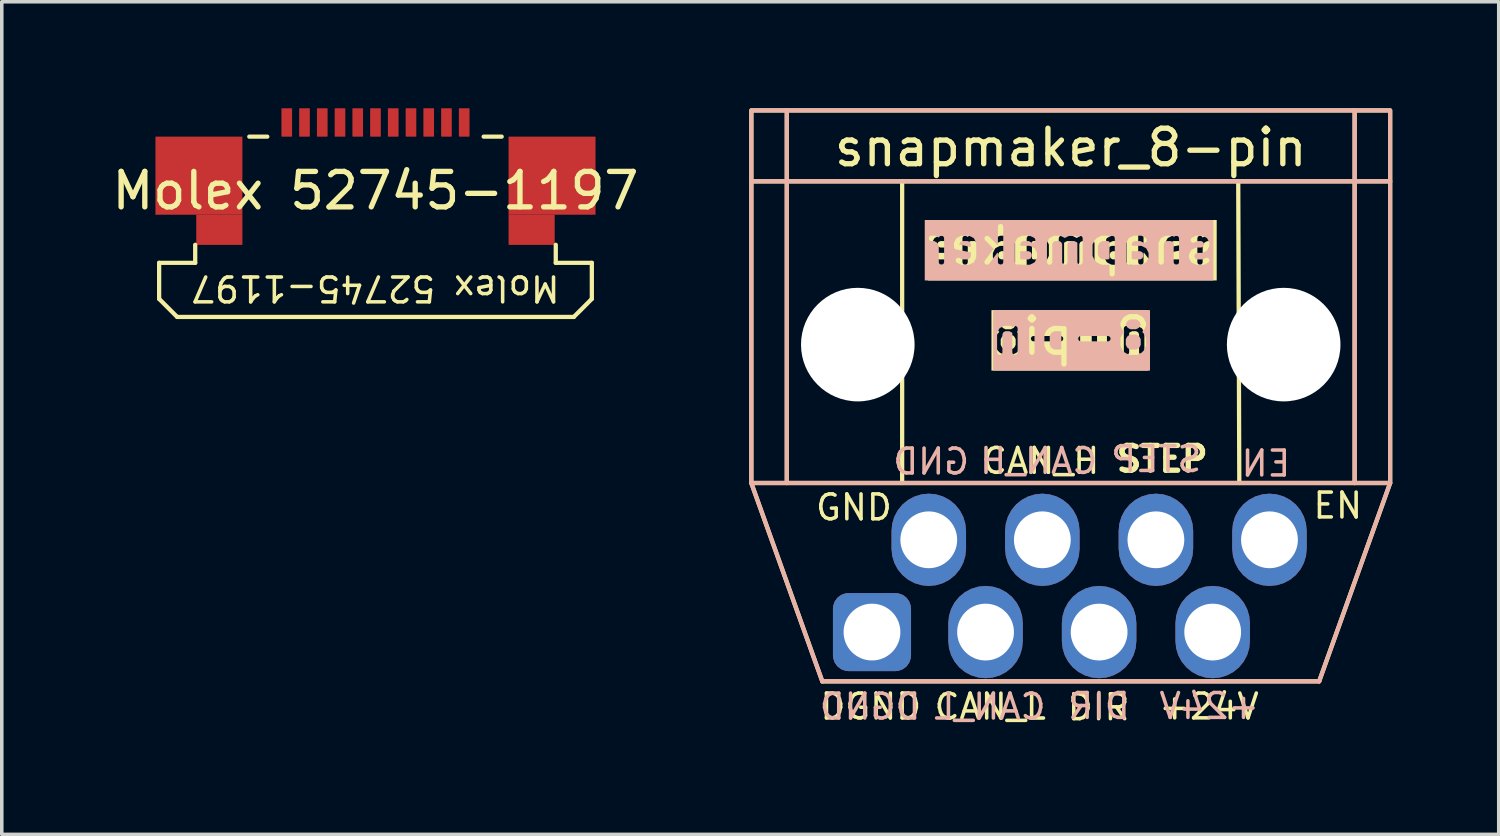
<source format=kicad_pcb>
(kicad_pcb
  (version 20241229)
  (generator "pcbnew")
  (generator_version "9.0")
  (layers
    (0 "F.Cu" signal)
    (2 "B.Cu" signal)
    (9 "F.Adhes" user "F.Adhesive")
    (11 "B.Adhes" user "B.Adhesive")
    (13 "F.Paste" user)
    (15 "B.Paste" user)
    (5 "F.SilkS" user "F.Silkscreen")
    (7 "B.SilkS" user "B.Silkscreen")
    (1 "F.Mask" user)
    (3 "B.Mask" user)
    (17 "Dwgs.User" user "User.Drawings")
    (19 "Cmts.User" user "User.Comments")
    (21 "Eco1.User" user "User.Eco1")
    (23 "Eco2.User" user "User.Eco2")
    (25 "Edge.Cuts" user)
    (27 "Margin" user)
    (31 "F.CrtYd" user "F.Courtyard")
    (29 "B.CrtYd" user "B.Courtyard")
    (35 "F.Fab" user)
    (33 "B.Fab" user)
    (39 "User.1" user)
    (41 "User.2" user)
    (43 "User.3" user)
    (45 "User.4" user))
  (footprint "snapmaker_8-pin"
    (layer "F.Cu")
    (at 27.12 10.56)
    (property "Reference" "snapmaker_8-pin" (at 0 -9.452 0) (unlocked yes) (layer "F.SilkS") (effects (font (size 1 1) (thickness 0.15))))
    (attr smd)
    (fp_line (start -9 -8.5) (end 9 -8.5) (stroke (width 0.12) (type default)) (layer "F.SilkS"))
    (fp_line (start -9 0) (end -7 5.588) (stroke (width 0.12) (type default)) (layer "F.SilkS"))
    (fp_line (start -8 -10.5) (end -8 0) (stroke (width 0.12) (type default)) (layer "F.SilkS"))
    (fp_line (start -7 5.588) (end 7 5.588) (stroke (width 0.12) (type default)) (layer "F.SilkS"))
    (fp_line (start -4.75 -8.5) (end -4.75 0) (stroke (width 0.12) (type default)) (layer "F.SilkS"))
    (fp_line (start 4.72 -8.5) (end 4.75 0) (stroke (width 0.12) (type default)) (layer "F.SilkS"))
    (fp_line (start 7 5.588) (end 9 0) (stroke (width 0.12) (type default)) (layer "F.SilkS"))
    (fp_line (start 8 -10.5) (end 8 0) (stroke (width 0.12) (type default)) (layer "F.SilkS"))
    (fp_rect (start -9 -10.5) (end 9 0) (stroke (width 0.12) (type default)) (fill no) (layer "F.SilkS"))
    (fp_line (start -8 -10.5) (end -8 0) (stroke (width 0.12) (type default)) (layer "B.SilkS"))
    (fp_line (start -7 5.588) (end -9 0) (stroke (width 0.12) (type default)) (layer "B.SilkS"))
    (fp_line (start 7 5.588) (end -7 5.588) (stroke (width 0.12) (type default)) (layer "B.SilkS"))
    (fp_line (start 8 -10.5) (end 8 0) (stroke (width 0.12) (type default)) (layer "B.SilkS"))
    (fp_line (start 9 -8.5) (end -9 -8.5) (stroke (width 0.12) (type default)) (layer "B.SilkS"))
    (fp_line (start 9 0) (end 7 5.588) (stroke (width 0.12) (type default)) (layer "B.SilkS"))
    (fp_rect (start 9 -10.5) (end -9 0) (stroke (width 0.12) (type default)) (fill no) (layer "B.SilkS"))
    (fp_text user "STEP" (at 1.213 -0.267 0) (unlocked yes) (layer "F.SilkS") (effects (font (size 0.7 0.7) (thickness 0.15)) (justify left bottom)))
    (fp_text user "GND" (at -6.109 1.098 0) (unlocked yes) (layer "F.SilkS") (effects (font (size 0.7 0.7) (thickness 0.1)) (justify bottom)))
    (fp_text user "DIR" (at 0.786 6.73 0) (unlocked yes) (layer "F.SilkS") (effects (font (size 0.7 0.7) (thickness 0.1)) (justify bottom)))
    (fp_text user "EN" (at 6.776 1.046 0) (unlocked yes) (layer "F.SilkS") (effects (font (size 0.7 0.7) (thickness 0.1)) (justify left bottom)))
    (fp_text user "DGND" (at -5.633 6.709 0) (unlocked yes) (layer "F.SilkS") (effects (font (size 0.7 0.7) (thickness 0.1)) (justify bottom)))
    (fp_text user "snapmaker" (at 0 -6.096 0) (unlocked yes) (layer "F.SilkS" knockout) (effects (font (size 1 1) (thickness 0.15)) (justify bottom)))
    (fp_text user "CAN_L" (at -2.268 6.712 0) (unlocked yes) (layer "F.SilkS") (effects (font (size 0.7 0.7) (thickness 0.1)) (justify bottom)))
    (fp_text user "CAN_H" (at -2.562 -0.212 0) (unlocked yes) (layer "F.SilkS") (effects (font (size 0.7 0.7) (thickness 0.1)) (justify left bottom)))
    (fp_text user "8-pin" (at 0 -3.556 0) (unlocked yes) (layer "F.SilkS" knockout) (effects (font (size 1 1) (thickness 0.15)) (justify bottom)))
    (fp_text user "+24V" (at 3.896 6.708 0) (unlocked yes) (layer "F.SilkS") (effects (font (size 0.7 0.7) (thickness 0.1)) (justify bottom)))
    (fp_text user "EN" (at 6.248 -0.138 0) (unlocked yes) (layer "B.SilkS") (effects (font (size 0.7 0.7) (thickness 0.1)) (justify left bottom mirror)))
    (fp_text user "CAN_H" (at -0.904 -0.21 0) (unlocked yes) (layer "B.SilkS") (effects (font (size 0.7 0.7) (thickness 0.1)) (justify bottom mirror)))
    (fp_text user "+24V" (at 3.902 6.694 0) (unlocked yes) (layer "B.SilkS") (effects (font (size 0.7 0.7) (thickness 0.1)) (justify bottom mirror)))
    (fp_text user "snapmaker" (at 0 -6.096 0) (unlocked yes) (layer "B.SilkS" knockout) (effects (font (size 1 1) (thickness 0.15)) (justify bottom mirror)))
    (fp_text user "STEP" (at 2.408 -0.263 0) (unlocked yes) (layer "B.SilkS") (effects (font (size 0.7 0.7) (thickness 0.1)) (justify bottom mirror)))
    (fp_text user "DIR" (at 0.795 6.694 0) (unlocked yes) (layer "B.SilkS") (effects (font (size 0.7 0.7) (thickness 0.1)) (justify bottom mirror)))
    (fp_text user "DGND" (at -5.653 6.711 0) (unlocked yes) (layer "B.SilkS") (effects (font (size 0.7 0.7) (thickness 0.1)) (justify bottom mirror)))
    (fp_text user "CAN_L" (at -2.279 6.711 0) (unlocked yes) (layer "B.SilkS") (effects (font (size 0.7 0.7) (thickness 0.1)) (justify bottom mirror)))
    (fp_text user "8-pin" (at 0 -3.556 0) (unlocked yes) (layer "B.SilkS" knockout) (effects (font (size 1 1) (thickness 0.15)) (justify bottom mirror)))
    (fp_text user "GND" (at -3.933 -0.194 0) (unlocked yes) (layer "B.SilkS") (effects (font (size 0.7 0.7) (thickness 0.1)) (justify bottom mirror)))
    (pad "" np_thru_hole circle (at -6 -3.9) (size 3.2 3.2) (drill 3.2) (layers "*.Cu" "*.Mask"))
    (pad "" np_thru_hole circle (at 6 -3.9) (size 3.2 3.2) (drill 3.2) (layers "*.Cu" "*.Mask"))
    (pad "1" thru_hole roundrect (at -5.6 4.2 270) (size 2.2 2.2) (drill 1.6) (layers "*.Cu" "*.Mask") (roundrect_rratio 0.2))
    (pad "2" thru_hole roundrect (at -4 1.6) (size 2.1 2.6) (drill 1.6) (layers "*.Cu" "*.Mask") (roundrect_rratio 0.5))
    (pad "3" thru_hole roundrect (at -2.4 4.2 180) (size 2.1 2.6) (drill 1.6) (layers "*.Cu" "*.Mask") (roundrect_rratio 0.5))
    (pad "4" thru_hole roundrect (at -0.8 1.6 180) (size 2.1 2.6) (drill 1.6) (layers "*.Cu" "*.Mask") (roundrect_rratio 0.5))
    (pad "5" thru_hole roundrect (at 0.8 4.2 180) (size 2.1 2.6) (drill 1.6) (layers "*.Cu" "*.Mask") (roundrect_rratio 0.5))
    (pad "6" thru_hole roundrect (at 2.4 1.6 180) (size 2.1 2.6) (drill 1.6) (layers "*.Cu" "*.Mask") (roundrect_rratio 0.5))
    (pad "7" thru_hole roundrect (at 4 4.2 180) (size 2.1 2.6) (drill 1.6) (layers "*.Cu" "*.Mask") (roundrect_rratio 0.5))
    (pad "8" thru_hole roundrect (at 5.6 1.6 180) (size 2.1 2.6) (drill 1.6) (layers "*.Cu" "*.Mask") (roundrect_rratio 0.5)))
  (footprint "Molex 52745-1197"
    (layer "F.Cu")
    (at 7.53 0.8)
    (property "Reference" "Molex 52745-1197" (at 0 1.524 0) (unlocked yes) (layer "F.SilkS") (effects (font (size 1 1) (thickness 0.15))))
    (attr smd)
    (fp_line (start -6.096 3.556) (end -5.08 3.556) (stroke (width 0.12) (type default)) (layer "F.SilkS"))
    (fp_line (start -6.096 4.572) (end -6.096 3.556) (stroke (width 0.12) (type default)) (layer "F.SilkS"))
    (fp_line (start -5.588 5.08) (end -6.096 4.572) (stroke (width 0.12) (type default)) (layer "F.SilkS"))
    (fp_line (start -5.08 3.556) (end -5.08 3.048) (stroke (width 0.12) (type default)) (layer "F.SilkS"))
    (fp_line (start -3.048 0) (end -3.556 0) (stroke (width 0.12) (type default)) (layer "F.SilkS"))
    (fp_line (start 3.556 0) (end 3.048 0) (stroke (width 0.12) (type default)) (layer "F.SilkS"))
    (fp_line (start 5.08 3.048) (end 5.08 3.556) (stroke (width 0.12) (type default)) (layer "F.SilkS"))
    (fp_line (start 5.08 3.556) (end 6.096 3.556) (stroke (width 0.12) (type default)) (layer "F.SilkS"))
    (fp_line (start 5.588 5.08) (end -5.588 5.08) (stroke (width 0.12) (type default)) (layer "F.SilkS"))
    (fp_line (start 6.096 3.556) (end 6.096 4.572) (stroke (width 0.12) (type default)) (layer "F.SilkS"))
    (fp_line (start 6.096 4.572) (end 5.588 5.08) (stroke (width 0.12) (type default)) (layer "F.SilkS"))
    (fp_text user "Molex 52745-1197" (at 0 3.864 180) (unlocked yes) (layer "F.SilkS") (effects (font (size 0.7 0.7) (thickness 0.1)) (justify bottom)))
    (pad "1" smd roundrect (at 2.5 -0.4 90) (size 0.8 0.3) (layers "F.Cu" "F.Mask" "F.Paste") (roundrect_rratio 0.05))
    (pad "2" smd roundrect (at 2 -0.4 90) (size 0.8 0.3) (layers "F.Cu" "F.Mask" "F.Paste") (roundrect_rratio 0.05))
    (pad "3" smd roundrect (at 1.5 -0.4 90) (size 0.8 0.3) (layers "F.Cu" "F.Mask" "F.Paste") (roundrect_rratio 0.05))
    (pad "4" smd roundrect (at 1 -0.4 90) (size 0.8 0.3) (layers "F.Cu" "F.Mask" "F.Paste") (roundrect_rratio 0.05))
    (pad "5" smd roundrect (at 0.5 -0.4 90) (size 0.8 0.3) (layers "F.Cu" "F.Mask" "F.Paste") (roundrect_rratio 0.05))
    (pad "6" smd roundrect (at 0 -0.4 90) (size 0.8 0.3) (layers "F.Cu" "F.Mask" "F.Paste") (roundrect_rratio 0.05))
    (pad "7" smd roundrect (at -0.5 -0.4 90) (size 0.8 0.3) (layers "F.Cu" "F.Mask" "F.Paste") (roundrect_rratio 0.05))
    (pad "8" smd roundrect (at -1 -0.4 90) (size 0.8 0.3) (layers "F.Cu" "F.Mask" "F.Paste") (roundrect_rratio 0.05))
    (pad "9" smd roundrect (at -1.5 -0.4 90) (size 0.8 0.3) (layers "F.Cu" "F.Mask" "F.Paste") (roundrect_rratio 0.05))
    (pad "10" smd roundrect (at -2 -0.4 90) (size 0.8 0.3) (layers "F.Cu" "F.Mask" "F.Paste") (roundrect_rratio 0.05))
    (pad "11" smd roundrect (at -2.5 -0.4 90) (size 0.8 0.3) (layers "F.Cu" "F.Mask" "F.Paste") (roundrect_rratio 0.05))
    (pad "12" smd rect (at -4.975 1.1) (size 2.45 2.2) (layers "F.Cu" "F.Mask" "F.Paste"))
    (pad "12" smd rect (at -4.4 2.625) (size 1.3 0.85) (layers "F.Cu" "F.Mask" "F.Paste"))
    (pad "12" smd rect (at 4.4 2.625) (size 1.3 0.85) (layers "F.Cu" "F.Mask" "F.Paste"))
    (pad "12" smd rect (at 4.975 1.1) (size 2.45 2.2) (layers "F.Cu" "F.Mask" "F.Paste"))
    (zone (net_name "") (layer "F.SilkS") (hatch edge 0.5) (connect_pads) (min_thickness 0.25) (filled_areas_thickness no) (keepout (tracks not_allowed) (vias not_allowed) (pads not_allowed) (copperpour not_allowed) (footprints allowed)) (placement (enabled no)) (fill) (polygon (pts (xy 3.78 1.4) (xy 4.58 1.4) (xy 4.58 2.74) (xy 3.78 2.74))))
    (zone (net_name "") (layer "F.SilkS") (hatch edge 0.5) (connect_pads) (min_thickness 0.25) (filled_areas_thickness no) (keepout (tracks not_allowed) (vias not_allowed) (pads not_allowed) (copperpour not_allowed) (footprints allowed)) (placement (enabled no)) (fill) (polygon (pts (xy 10.48 1.4) (xy 11.28 1.4) (xy 11.28 2.74) (xy 10.48 2.74)))))
  (gr_rect
    (start -3 -3)
    (end 39.18 20.46)
    (stroke (width 0.1) (type default))
    (fill no)
    (layer "Edge.Cuts")))
</source>
